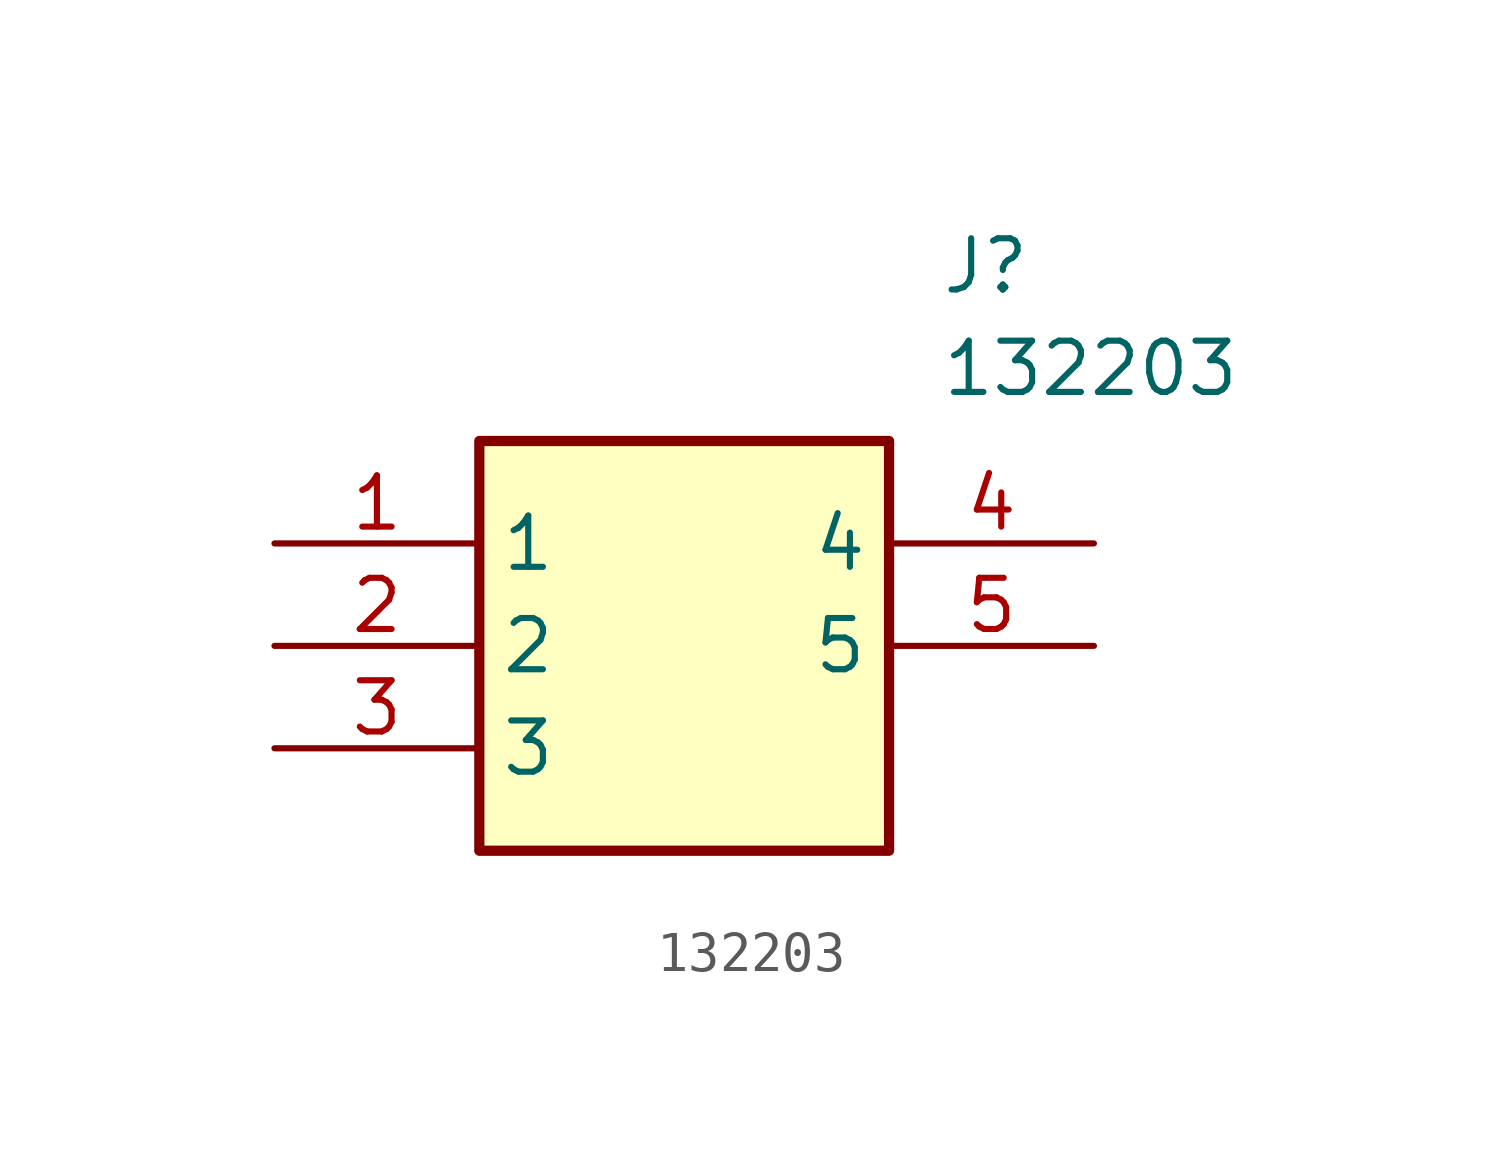
<source format=kicad_sym>
(kicad_symbol_lib
  (version 20211014)
  (generator SamacSys_ECAD_Model)
  (symbol "132203"
    (property "Reference" "J"
      (at 16.51 7.62 0)
      (effects (font (size 1.27 1.27)) (justify left top)))
    (property "Value" "132203"
      (at 16.51 5.08 0)
      (effects (font (size 1.27 1.27)) (justify left top)))
    (rectangle
      (start 5.08 2.54)
      (end 15.24 -7.62)
      (stroke (width 0.254) (type default))
      (fill (type background)))
    (pin passive line
      (at 0 0 0)
      (length 5.08)
      (name "1" (effects (font (size 1.27 1.27))))
      (number "1" (effects (font (size 1.27 1.27)))))
    (pin passive line
      (at 0 -2.54 0)
      (length 5.08)
      (name "2" (effects (font (size 1.27 1.27))))
      (number "2" (effects (font (size 1.27 1.27)))))
    (pin passive line
      (at 0 -5.08 0)
      (length 5.08)
      (name "3" (effects (font (size 1.27 1.27))))
      (number "3" (effects (font (size 1.27 1.27)))))
    (pin passive line
      (at 20.32 0 180)
      (length 5.08)
      (name "4" (effects (font (size 1.27 1.27))))
      (number "4" (effects (font (size 1.27 1.27)))))
    (pin passive line
      (at 20.32 -2.54 180)
      (length 5.08)
      (name "5" (effects (font (size 1.27 1.27))))
      (number "5" (effects (font (size 1.27 1.27)))))))
</source>
